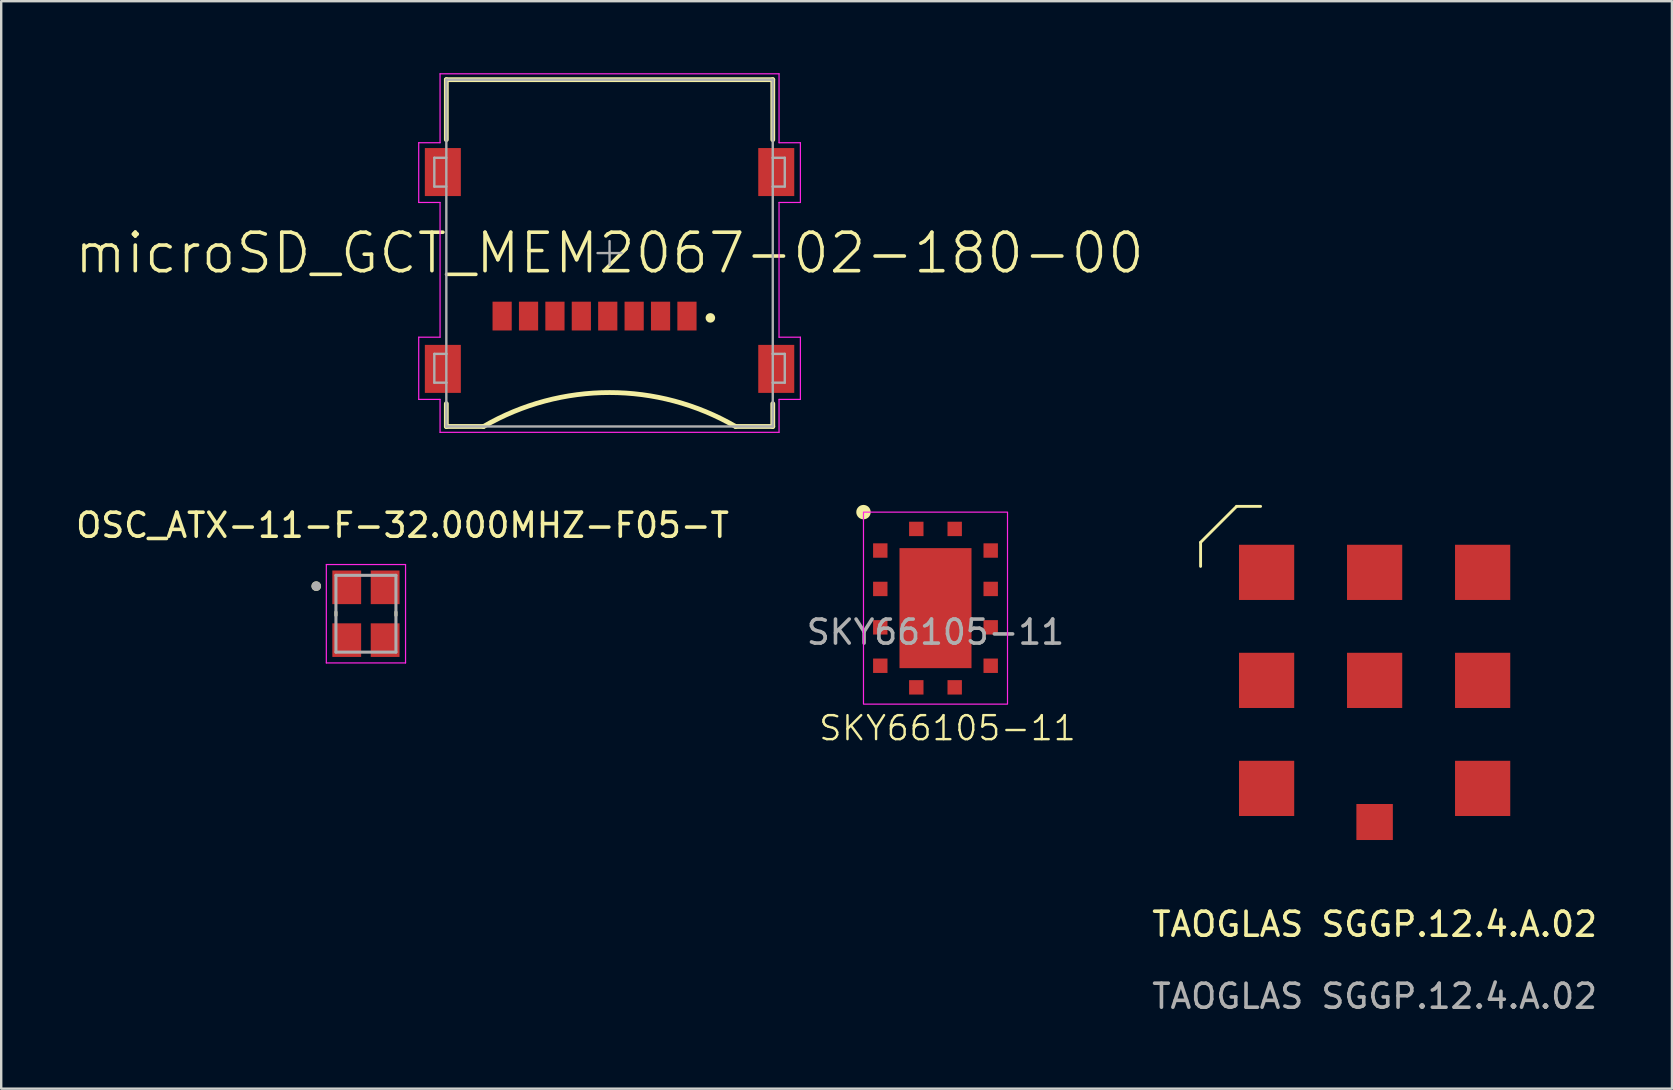
<source format=kicad_pcb>
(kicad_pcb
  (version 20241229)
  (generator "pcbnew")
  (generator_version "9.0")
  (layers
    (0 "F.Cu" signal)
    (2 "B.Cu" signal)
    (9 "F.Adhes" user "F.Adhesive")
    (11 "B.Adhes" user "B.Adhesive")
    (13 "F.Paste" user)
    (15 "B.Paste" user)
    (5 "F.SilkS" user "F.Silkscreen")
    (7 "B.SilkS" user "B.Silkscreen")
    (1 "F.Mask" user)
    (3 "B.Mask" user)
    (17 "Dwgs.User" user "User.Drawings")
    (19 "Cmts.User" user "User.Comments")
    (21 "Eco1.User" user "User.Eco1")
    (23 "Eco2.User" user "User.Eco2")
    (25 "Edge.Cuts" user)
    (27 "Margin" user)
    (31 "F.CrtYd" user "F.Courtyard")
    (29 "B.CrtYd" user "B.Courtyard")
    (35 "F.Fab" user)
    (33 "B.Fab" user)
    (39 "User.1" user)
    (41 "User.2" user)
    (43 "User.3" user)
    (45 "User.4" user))
  (footprint "TAOGLAS SGGP.12.4.A.02"
    (layer "F.Cu")
    (at 54.217 25.295)
    (property "Reference" "TAOGLAS SGGP.12.4.A.02" (at 0 10.16 0) (unlocked yes) (layer "F.SilkS") (effects (font (size 1 1) (thickness 0.15))))
    (attr smd)
    (fp_rect (start -0.75 5.15) (end 0.75 6.65) (stroke (width 0) (type solid)) (fill yes) (layer "F.Cu"))
    (fp_line (start -7.25 -5.75) (end -7.25 -4.75) (stroke (width 0.12) (type solid)) (layer "F.SilkS"))
    (fp_line (start -5.75 -7.25) (end -7.25 -5.75) (stroke (width 0.12) (type solid)) (layer "F.SilkS"))
    (fp_line (start -5.75 -7.25) (end -4.75 -7.25) (stroke (width 0.12) (type solid)) (layer "F.SilkS"))
    (fp_line (start -6 -6) (end 6 -6) (stroke (width 0.05) (type solid)) (layer "Margin"))
    (fp_line (start -6 7) (end -6 -6) (stroke (width 0.05) (type solid)) (layer "Margin"))
    (fp_line (start 6 -6) (end 6 7) (stroke (width 0.05) (type solid)) (layer "Margin"))
    (fp_line (start 6 7) (end -6 7) (stroke (width 0.05) (type solid)) (layer "Margin"))
    (fp_text user "${REFERENCE}" (at 0 13.16 0) (unlocked yes) (layer "F.Fab") (effects (font (size 1 1) (thickness 0.15))))
    (pad "1" smd rect (at -4.5 -4.5) (size 2.3 2.3) (layers "F.Cu" "F.Mask" "F.Paste"))
    (pad "1" smd rect (at -4.5 0) (size 2.3 2.3) (layers "F.Cu" "F.Mask" "F.Paste"))
    (pad "1" smd rect (at -4.5 4.5) (size 2.3 2.3) (layers "F.Cu" "F.Mask" "F.Paste"))
    (pad "1" smd rect (at 0 -4.5) (size 2.3 2.3) (layers "F.Cu" "F.Mask" "F.Paste"))
    (pad "1" smd rect (at 0 0) (size 2.3 2.3) (layers "F.Cu" "F.Mask" "F.Paste"))
    (pad "1" smd rect (at 4.5 -4.5) (size 2.3 2.3) (layers "F.Cu" "F.Mask" "F.Paste"))
    (pad "1" smd rect (at 4.5 0) (size 2.3 2.3) (layers "F.Cu" "F.Mask" "F.Paste"))
    (pad "1" smd rect (at 4.5 4.5) (size 2.3 2.3) (layers "F.Cu" "F.Mask" "F.Paste"))
    (pad "2" smd rect (at 0 5.9) (size 1.5 1.5) (layers "F.Cu" "F.Mask" "F.Paste")))
  (footprint "SKY66105-11"
    (layer "F.Cu")
    (at 35.923 22.285)
    (property "Reference" "SKY66105-11" (at 0.5 5 0) (unlocked yes) (layer "F.SilkS") (effects (font (size 1 1) (thickness 0.1))))
    (attr smd)
    (fp_rect (start -0.95 -1.975) (end 0.95 1.975) (stroke (width 0) (type solid)) (fill yes) (layer "F.Mask"))
    (fp_circle (center -3 -4) (end -2.7 -4) (stroke (width 0) (type solid)) (fill yes) (layer "F.SilkS"))
    (fp_rect (start -0.075 -1.1) (end -0.95 -1.975) (stroke (width 0) (type solid)) (fill yes) (layer "F.Paste"))
    (fp_rect (start -0.075 -0.075) (end -0.95 -0.95) (stroke (width 0) (type solid)) (fill yes) (layer "F.Paste"))
    (fp_rect (start -0.075 0.075) (end -0.95 0.95) (stroke (width 0) (type solid)) (fill yes) (layer "F.Paste"))
    (fp_rect (start -0.075 1.1) (end -0.95 1.975) (stroke (width 0) (type solid)) (fill yes) (layer "F.Paste"))
    (fp_rect (start 0.075 -1.1) (end 0.95 -1.975) (stroke (width 0) (type solid)) (fill yes) (layer "F.Paste"))
    (fp_rect (start 0.075 -0.075) (end 0.95 -0.95) (stroke (width 0) (type solid)) (fill yes) (layer "F.Paste"))
    (fp_rect (start 0.075 0.075) (end 0.95 0.95) (stroke (width 0) (type solid)) (fill yes) (layer "F.Paste"))
    (fp_rect (start 0.075 1.1) (end 0.95 1.975) (stroke (width 0) (type solid)) (fill yes) (layer "F.Paste"))
    (fp_rect (start -3 -4) (end 3 4) (stroke (width 0.05) (type default)) (fill no) (layer "F.CrtYd"))
    (fp_text user "${REFERENCE}" (at 0 1 0) (unlocked yes) (layer "F.Fab") (effects (font (size 1 1) (thickness 0.15))))
    (pad "1" smd rect (at -2.3 -2.4) (size 0.6 0.6) (layers "F.Cu" "F.Mask" "F.Paste"))
    (pad "2" smd rect (at -2.3 -0.8) (size 0.6 0.6) (layers "F.Cu" "F.Mask" "F.Paste"))
    (pad "3" smd rect (at -2.3 0.8) (size 0.6 0.6) (layers "F.Cu" "F.Mask" "F.Paste"))
    (pad "4" smd rect (at -2.3 2.4) (size 0.6 0.6) (layers "F.Cu" "F.Mask" "F.Paste"))
    (pad "5" smd rect (at -0.8 3.3) (size 0.6 0.6) (layers "F.Cu" "F.Mask" "F.Paste"))
    (pad "6" smd rect (at 0.8 3.3) (size 0.6 0.6) (layers "F.Cu" "F.Mask" "F.Paste"))
    (pad "7" smd rect (at 2.3 2.4) (size 0.6 0.6) (layers "F.Cu" "F.Mask" "F.Paste"))
    (pad "8" smd rect (at 2.3 0.8) (size 0.6 0.6) (layers "F.Cu" "F.Mask" "F.Paste"))
    (pad "9" smd rect (at 2.3 -0.8) (size 0.6 0.6) (layers "F.Cu" "F.Mask" "F.Paste"))
    (pad "10" smd rect (at 2.3 -2.4) (size 0.6 0.6) (layers "F.Cu" "F.Mask" "F.Paste"))
    (pad "11" smd rect (at 0.8 -3.3) (size 0.6 0.6) (layers "F.Cu" "F.Mask" "F.Paste"))
    (pad "12" smd rect (at -0.8 -3.3) (size 0.6 0.6) (layers "F.Cu" "F.Mask" "F.Paste"))
    (pad "13" smd rect (at 0 0) (size 3 5) (layers "F.Cu")))
  (footprint "OSC_ATX-11-F-32.000MHZ-F05-T"
    (layer "F.Cu")
    (at 12.195 22.518)
    (property "Reference" "OSC_ATX-11-F-32.000MHZ-F05-T" (at 1.525 -3.685 0) (layer "F.SilkS") (effects (font (size 1 1) (thickness 0.15))))
    (attr smd)
    (fp_line (start -1.25 -0.07) (end -1.25 0.07) (stroke (width 0.127) (type solid)) (layer "F.SilkS"))
    (fp_line (start 1.25 -0.07) (end 1.25 0.07) (stroke (width 0.127) (type solid)) (layer "F.SilkS"))
    (fp_circle (center -2.07 -1.149) (end -1.97 -1.149) (stroke (width 0.2) (type solid)) (fill no) (layer "F.SilkS"))
    (fp_line (start -1.65 -2.05) (end -1.65 2.05) (stroke (width 0.05) (type solid)) (layer "F.CrtYd"))
    (fp_line (start -1.65 2.05) (end 1.65 2.05) (stroke (width 0.05) (type solid)) (layer "F.CrtYd"))
    (fp_line (start 1.65 -2.05) (end -1.65 -2.05) (stroke (width 0.05) (type solid)) (layer "F.CrtYd"))
    (fp_line (start 1.65 2.05) (end 1.65 -2.05) (stroke (width 0.05) (type solid)) (layer "F.CrtYd"))
    (fp_line (start -1.25 -1.6) (end 1.25 -1.6) (stroke (width 0.127) (type solid)) (layer "F.Fab"))
    (fp_line (start -1.25 1.6) (end -1.25 -1.6) (stroke (width 0.127) (type solid)) (layer "F.Fab"))
    (fp_line (start 1.25 -1.6) (end 1.25 1.6) (stroke (width 0.127) (type solid)) (layer "F.Fab"))
    (fp_line (start 1.25 1.6) (end -1.25 1.6) (stroke (width 0.127) (type solid)) (layer "F.Fab"))
    (fp_circle (center -2.07 -1.149) (end -1.97 -1.149) (stroke (width 0.2) (type solid)) (fill no) (layer "F.Fab"))
    (pad "1" smd rect (at -0.8 -1.1) (size 1.2 1.4) (layers "F.Cu" "F.Mask" "F.Paste"))
    (pad "2" smd rect (at -0.8 1.1) (size 1.2 1.4) (layers "F.Cu" "F.Mask" "F.Paste"))
    (pad "3" smd rect (at 0.8 1.1) (size 1.2 1.4) (layers "F.Cu" "F.Mask" "F.Paste"))
    (pad "4" smd rect (at 0.8 -1.1) (size 1.2 1.4) (layers "F.Cu" "F.Mask" "F.Paste")))
  (footprint "microSD_GCT_MEM2067-02-180-00"
    (layer "F.Cu")
    (at 22.344 7.493)
    (property "Reference" "microSD_GCT_MEM2067-02-180-00" (at 0 0 180) (layer "F.SilkS") (effects (font (size 1.602 1.602) (thickness 0.15))))
    (attr smd)
    (fp_line (start -6.8 -7.225) (end 6.8 -7.225) (stroke (width 0.2) (type solid)) (layer "F.SilkS"))
    (fp_line (start -6.8 -4.725) (end -6.8 -7.225) (stroke (width 0.2) (type solid)) (layer "F.SilkS"))
    (fp_line (start -6.8 7.225) (end -6.8 6.275) (stroke (width 0.2) (type solid)) (layer "F.SilkS"))
    (fp_line (start -6.8 7.225) (end -5.25 7.225) (stroke (width 0.2) (type solid)) (layer "F.SilkS"))
    (fp_line (start 5.25 7.225) (end 6.8 7.225) (stroke (width 0.2) (type solid)) (layer "F.SilkS"))
    (fp_line (start 6.8 -4.725) (end 6.8 -7.225) (stroke (width 0.2) (type solid)) (layer "F.SilkS"))
    (fp_line (start 6.8 7.225) (end 6.8 6.275) (stroke (width 0.2) (type solid)) (layer "F.SilkS"))
    (fp_arc (start -5.25 7.225) (mid 0 5.810899) (end 5.25 7.225) (stroke (width 0.2) (type solid)) (layer "F.SilkS"))
    (fp_circle (center 4.2 2.7) (end 4.3 2.7) (stroke (width 0.2) (type solid)) (fill no) (layer "F.SilkS"))
    (fp_line (start -7.95 -4.597) (end -7.061 -4.597) (stroke (width 0.05) (type solid)) (layer "F.CrtYd"))
    (fp_line (start -7.95 -2.108) (end -7.95 -4.597) (stroke (width 0.05) (type solid)) (layer "F.CrtYd"))
    (fp_line (start -7.95 -2.108) (end -7.061 -2.108) (stroke (width 0.05) (type solid)) (layer "F.CrtYd"))
    (fp_line (start -7.95 3.505) (end -7.061 3.505) (stroke (width 0.05) (type solid)) (layer "F.CrtYd"))
    (fp_line (start -7.95 6.096) (end -7.95 3.505) (stroke (width 0.05) (type solid)) (layer "F.CrtYd"))
    (fp_line (start -7.95 6.096) (end -7.061 6.096) (stroke (width 0.05) (type solid)) (layer "F.CrtYd"))
    (fp_line (start -7.061 -7.468) (end 7.061 -7.468) (stroke (width 0.05) (type solid)) (layer "F.CrtYd"))
    (fp_line (start -7.061 -4.597) (end -7.061 -7.468) (stroke (width 0.05) (type solid)) (layer "F.CrtYd"))
    (fp_line (start -7.061 3.505) (end -7.061 -2.108) (stroke (width 0.05) (type solid)) (layer "F.CrtYd"))
    (fp_line (start -7.061 7.468) (end -7.061 6.096) (stroke (width 0.05) (type solid)) (layer "F.CrtYd"))
    (fp_line (start -7.061 7.468) (end 7.061 7.468) (stroke (width 0.05) (type solid)) (layer "F.CrtYd"))
    (fp_line (start 7.061 -4.597) (end 7.061 -7.468) (stroke (width 0.05) (type solid)) (layer "F.CrtYd"))
    (fp_line (start 7.061 -4.597) (end 7.95 -4.597) (stroke (width 0.05) (type solid)) (layer "F.CrtYd"))
    (fp_line (start 7.061 -2.108) (end 7.95 -2.108) (stroke (width 0.05) (type solid)) (layer "F.CrtYd"))
    (fp_line (start 7.061 3.505) (end 7.061 -2.108) (stroke (width 0.05) (type solid)) (layer "F.CrtYd"))
    (fp_line (start 7.061 3.505) (end 7.95 3.505) (stroke (width 0.05) (type solid)) (layer "F.CrtYd"))
    (fp_line (start 7.061 6.096) (end 7.95 6.096) (stroke (width 0.05) (type solid)) (layer "F.CrtYd"))
    (fp_line (start 7.061 7.468) (end 7.061 6.096) (stroke (width 0.05) (type solid)) (layer "F.CrtYd"))
    (fp_line (start 7.95 -2.108) (end 7.95 -4.597) (stroke (width 0.05) (type solid)) (layer "F.CrtYd"))
    (fp_line (start 7.95 6.096) (end 7.95 3.505) (stroke (width 0.05) (type solid)) (layer "F.CrtYd"))
    (fp_line (start -7.3 -3.97) (end -6.8 -3.97) (stroke (width 0.1) (type solid)) (layer "F.Fab"))
    (fp_line (start -7.3 -2.77) (end -7.3 -3.97) (stroke (width 0.1) (type solid)) (layer "F.Fab"))
    (fp_line (start -7.3 -2.77) (end -6.8 -2.77) (stroke (width 0.1) (type solid)) (layer "F.Fab"))
    (fp_line (start -7.3 4.2) (end -6.8 4.2) (stroke (width 0.1) (type solid)) (layer "F.Fab"))
    (fp_line (start -7.3 5.4) (end -7.3 4.2) (stroke (width 0.1) (type solid)) (layer "F.Fab"))
    (fp_line (start -7.3 5.4) (end -6.8 5.4) (stroke (width 0.1) (type solid)) (layer "F.Fab"))
    (fp_line (start -6.8 -7.225) (end 6.8 -7.225) (stroke (width 0.1) (type solid)) (layer "F.Fab"))
    (fp_line (start -6.8 4.2) (end -6.8 -7.225) (stroke (width 0.1) (type solid)) (layer "F.Fab"))
    (fp_line (start -6.8 5.4) (end -6.8 4.2) (stroke (width 0.1) (type solid)) (layer "F.Fab"))
    (fp_line (start -6.8 7.225) (end -6.8 5.4) (stroke (width 0.1) (type solid)) (layer "F.Fab"))
    (fp_line (start -6.8 7.225) (end 6.8 7.225) (stroke (width 0.1) (type solid)) (layer "F.Fab"))
    (fp_line (start -0.5 0) (end 0.5 0) (stroke (width 0.1) (type solid)) (layer "F.Fab"))
    (fp_line (start 0 0.5) (end 0 -0.5) (stroke (width 0.1) (type solid)) (layer "F.Fab"))
    (fp_line (start 6.8 -3.97) (end 6.8 -7.225) (stroke (width 0.1) (type solid)) (layer "F.Fab"))
    (fp_line (start 6.8 -3.97) (end 7.3 -3.97) (stroke (width 0.1) (type solid)) (layer "F.Fab"))
    (fp_line (start 6.8 -2.77) (end 6.8 -3.97) (stroke (width 0.1) (type solid)) (layer "F.Fab"))
    (fp_line (start 6.8 -2.77) (end 7.3 -2.77) (stroke (width 0.1) (type solid)) (layer "F.Fab"))
    (fp_line (start 6.8 4.2) (end 6.8 -2.77) (stroke (width 0.1) (type solid)) (layer "F.Fab"))
    (fp_line (start 6.8 4.2) (end 7.3 4.2) (stroke (width 0.1) (type solid)) (layer "F.Fab"))
    (fp_line (start 6.8 5.4) (end 6.8 4.2) (stroke (width 0.1) (type solid)) (layer "F.Fab"))
    (fp_line (start 6.8 5.4) (end 7.3 5.4) (stroke (width 0.1) (type solid)) (layer "F.Fab"))
    (fp_line (start 6.8 7.225) (end 6.8 5.4) (stroke (width 0.1) (type solid)) (layer "F.Fab"))
    (fp_line (start 7.3 -2.77) (end 7.3 -3.97) (stroke (width 0.1) (type solid)) (layer "F.Fab"))
    (fp_line (start 7.3 5.4) (end 7.3 4.2) (stroke (width 0.1) (type solid)) (layer "F.Fab"))
    (pad "1" smd rect (at 3.225 2.625) (size 0.8 1.2) (layers "F.Cu" "F.Mask" "F.Paste"))
    (pad "2" smd rect (at 2.125 2.625) (size 0.8 1.2) (layers "F.Cu" "F.Mask" "F.Paste"))
    (pad "3" smd rect (at 1.025 2.625) (size 0.8 1.2) (layers "F.Cu" "F.Mask" "F.Paste"))
    (pad "4" smd rect (at -0.075 2.625) (size 0.8 1.2) (layers "F.Cu" "F.Mask" "F.Paste"))
    (pad "5" smd rect (at -1.175 2.625) (size 0.8 1.2) (layers "F.Cu" "F.Mask" "F.Paste"))
    (pad "6" smd rect (at -2.275 2.625) (size 0.8 1.2) (layers "F.Cu" "F.Mask" "F.Paste"))
    (pad "7" smd rect (at -3.375 2.625) (size 0.8 1.2) (layers "F.Cu" "F.Mask" "F.Paste"))
    (pad "8" smd rect (at -4.475 2.625) (size 0.8 1.2) (layers "F.Cu" "F.Mask" "F.Paste"))
    (pad "9" smd rect (at -6.945 4.825) (size 1.5 2) (layers "F.Cu" "F.Mask" "F.Paste"))
    (pad "10" smd rect (at -6.945 -3.375) (size 1.5 2) (layers "F.Cu" "F.Mask" "F.Paste"))
    (pad "11" smd rect (at 6.945 -3.375) (size 1.5 2) (layers "F.Cu" "F.Mask" "F.Paste"))
    (pad "12" smd rect (at 6.945 4.825) (size 1.5 2) (layers "F.Cu" "F.Mask" "F.Paste"))
    (zone (net_name "") (layer "F.Cu") (hatch full 0.508) (connect_pads) (min_thickness 0.01) (filled_areas_thickness no) (keepout (tracks not_allowed) (vias not_allowed) (pads not_allowed) (copperpour not_allowed) (footprints allowed)) (placement (enabled no)) (fill) (polygon (pts (xy 17.19 1.668) (xy 26.194 1.668) (xy 26.194 4.465) (xy 17.19 4.465)))))
  (gr_rect
    (start -3 -3)
    (end 66.604 42.303)
    (stroke (width 0.1) (type default))
    (fill no)
    (layer "Edge.Cuts")))
</source>
